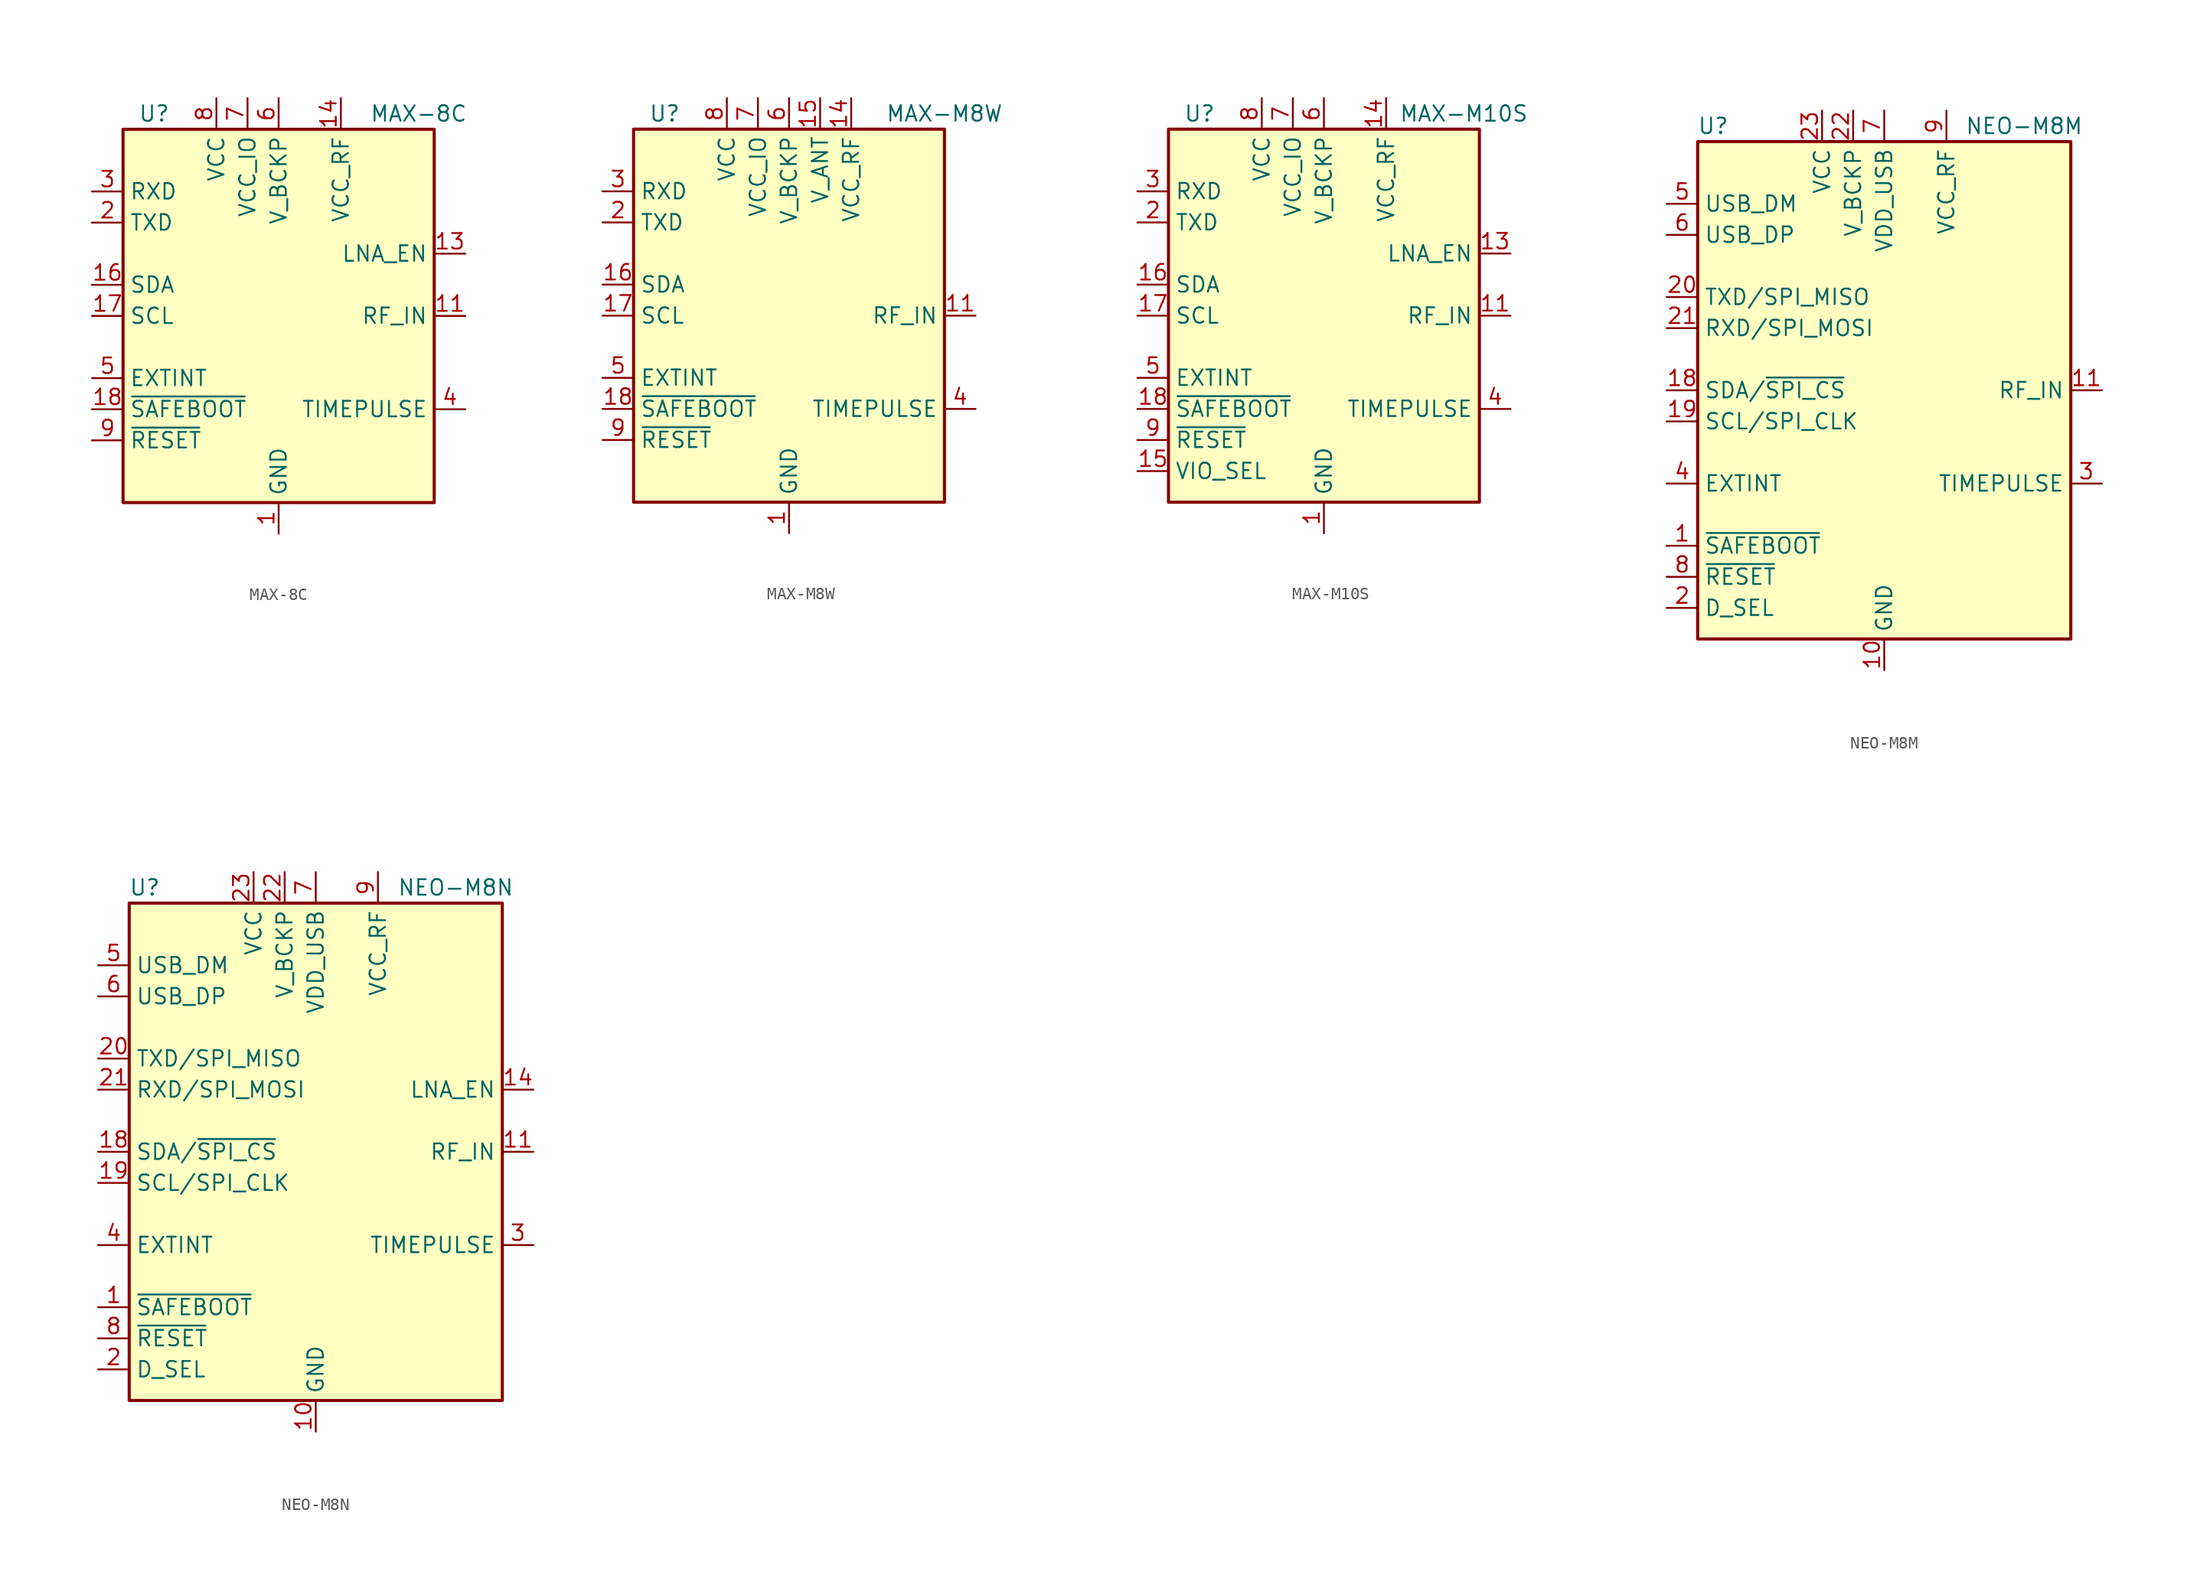
<source format=kicad_sym>
(kicad_symbol_lib
  (version 20241209)
  (generator "kicad_symbol_editor")
  (generator_version "9.0")
  (symbol "MAX-8C"
    (property "Reference" "U"
      (at -10.16 16.51 0)
      (effects (font (size 1.27 1.27))))
    (property "Value" "MAX-8C"
      (at 11.43 16.51 0)
      (effects (font (size 1.27 1.27))))
    (symbol "MAX-8C_0_1"
      (rectangle (start 12.7 15.24) (end -12.7 -15.24) (stroke (width 0.254) (type default)) (fill (type background))))
    (symbol "MAX-8C_1_1"
      (pin input line (at -15.24 10.16 0) (length 2.54) (name "RXD" (effects (font (size 1.27 1.27)))) (number "3" (effects (font (size 1.27 1.27)))))
      (pin output line (at -15.24 7.62 0) (length 2.54) (name "TXD" (effects (font (size 1.27 1.27)))) (number "2" (effects (font (size 1.27 1.27)))))
      (pin bidirectional line (at -15.24 2.54 0) (length 2.54) (name "SDA" (effects (font (size 1.27 1.27)))) (number "16" (effects (font (size 1.27 1.27)))))
      (pin input line (at -15.24 0 0) (length 2.54) (name "SCL" (effects (font (size 1.27 1.27)))) (number "17" (effects (font (size 1.27 1.27)))))
      (pin input line (at -15.24 -5.08 0) (length 2.54) (name "EXTINT" (effects (font (size 1.27 1.27)))) (number "5" (effects (font (size 1.27 1.27)))))
      (pin input line (at -15.24 -7.62 0) (length 2.54) (name "~{SAFEBOOT}" (effects (font (size 1.27 1.27)))) (number "18" (effects (font (size 1.27 1.27)))))
      (pin input line (at -15.24 -10.16 0) (length 2.54) (name "~{RESET}" (effects (font (size 1.27 1.27)))) (number "9" (effects (font (size 1.27 1.27)))))
      (pin power_in line (at -5.08 17.78 270) (length 2.54) (name "VCC" (effects (font (size 1.27 1.27)))) (number "8" (effects (font (size 1.27 1.27)))))
      (pin power_in line (at -2.54 17.78 270) (length 2.54) (name "VCC_IO" (effects (font (size 1.27 1.27)))) (number "7" (effects (font (size 1.27 1.27)))))
      (pin power_in line (at 0 17.78 270) (length 2.54) (name "V_BCKP" (effects (font (size 1.27 1.27)))) (number "6" (effects (font (size 1.27 1.27)))))
      (pin power_in line (at 0 -17.78 90) (length 2.54) (name "GND" (effects (font (size 1.27 1.27)))) (number "1" (effects (font (size 1.27 1.27)))))
      (pin passive line (at 0 -17.78 90) (length 2.54) (hide yes) (name "GND" (effects (font (size 1.27 1.27)))) (number "10" (effects (font (size 1.27 1.27)))))
      (pin passive line (at 0 -17.78 90) (length 2.54) (hide yes) (name "GND" (effects (font (size 1.27 1.27)))) (number "12" (effects (font (size 1.27 1.27)))))
      (pin power_out line (at 5.08 17.78 270) (length 2.54) (name "VCC_RF" (effects (font (size 1.27 1.27)))) (number "14" (effects (font (size 1.27 1.27)))))
      (pin no_connect line (at 12.7 -5.08 180) (length 2.54) (hide yes) (name "Reserved" (effects (font (size 1.27 1.27)))) (number "15" (effects (font (size 1.27 1.27)))))
      (pin output line (at 15.24 5.08 180) (length 2.54) (name "LNA_EN" (effects (font (size 1.27 1.27)))) (number "13" (effects (font (size 1.27 1.27)))))
      (pin input line (at 15.24 0 180) (length 2.54) (name "RF_IN" (effects (font (size 1.27 1.27)))) (number "11" (effects (font (size 1.27 1.27)))))
      (pin output line (at 15.24 -7.62 180) (length 2.54) (name "TIMEPULSE" (effects (font (size 1.27 1.27)))) (number "4" (effects (font (size 1.27 1.27)))))))
  (symbol "MAX-M8W"
    (property "Reference" "U"
      (at -10.16 16.51 0)
      (effects (font (size 1.27 1.27))))
    (property "Value" "MAX-M8W"
      (at 12.7 16.51 0)
      (effects (font (size 1.27 1.27))))
    (symbol "MAX-M8W_0_1"
      (rectangle (start 12.7 15.24) (end -12.7 -15.24) (stroke (width 0.254) (type default)) (fill (type background))))
    (symbol "MAX-M8W_1_1"
      (pin input line (at -15.24 10.16 0) (length 2.54) (name "RXD" (effects (font (size 1.27 1.27)))) (number "3" (effects (font (size 1.27 1.27)))))
      (pin output line (at -15.24 7.62 0) (length 2.54) (name "TXD" (effects (font (size 1.27 1.27)))) (number "2" (effects (font (size 1.27 1.27)))))
      (pin bidirectional line (at -15.24 2.54 0) (length 2.54) (name "SDA" (effects (font (size 1.27 1.27)))) (number "16" (effects (font (size 1.27 1.27)))))
      (pin input line (at -15.24 0 0) (length 2.54) (name "SCL" (effects (font (size 1.27 1.27)))) (number "17" (effects (font (size 1.27 1.27)))))
      (pin input line (at -15.24 -5.08 0) (length 2.54) (name "EXTINT" (effects (font (size 1.27 1.27)))) (number "5" (effects (font (size 1.27 1.27)))))
      (pin input line (at -15.24 -7.62 0) (length 2.54) (name "~{SAFEBOOT}" (effects (font (size 1.27 1.27)))) (number "18" (effects (font (size 1.27 1.27)))))
      (pin input line (at -15.24 -10.16 0) (length 2.54) (name "~{RESET}" (effects (font (size 1.27 1.27)))) (number "9" (effects (font (size 1.27 1.27)))))
      (pin power_in line (at -5.08 17.78 270) (length 2.54) (name "VCC" (effects (font (size 1.27 1.27)))) (number "8" (effects (font (size 1.27 1.27)))))
      (pin power_in line (at -2.54 17.78 270) (length 2.54) (name "VCC_IO" (effects (font (size 1.27 1.27)))) (number "7" (effects (font (size 1.27 1.27)))))
      (pin power_in line (at 0 17.78 270) (length 2.54) (name "V_BCKP" (effects (font (size 1.27 1.27)))) (number "6" (effects (font (size 1.27 1.27)))))
      (pin power_in line (at 0 -17.78 90) (length 2.54) (name "GND" (effects (font (size 1.27 1.27)))) (number "1" (effects (font (size 1.27 1.27)))))
      (pin passive line (at 0 -17.78 90) (length 2.54) (hide yes) (name "GND" (effects (font (size 1.27 1.27)))) (number "10" (effects (font (size 1.27 1.27)))))
      (pin passive line (at 0 -17.78 90) (length 2.54) (hide yes) (name "GND" (effects (font (size 1.27 1.27)))) (number "12" (effects (font (size 1.27 1.27)))))
      (pin power_in line (at 2.54 17.78 270) (length 2.54) (name "V_ANT" (effects (font (size 1.27 1.27)))) (number "15" (effects (font (size 1.27 1.27)))))
      (pin power_out line (at 5.08 17.78 270) (length 2.54) (name "VCC_RF" (effects (font (size 1.27 1.27)))) (number "14" (effects (font (size 1.27 1.27)))))
      (pin no_connect line (at 12.7 -5.08 180) (length 2.54) (hide yes) (name "Reserved" (effects (font (size 1.27 1.27)))) (number "13" (effects (font (size 1.27 1.27)))))
      (pin input line (at 15.24 0 180) (length 2.54) (name "RF_IN" (effects (font (size 1.27 1.27)))) (number "11" (effects (font (size 1.27 1.27)))))
      (pin output line (at 15.24 -7.62 180) (length 2.54) (name "TIMEPULSE" (effects (font (size 1.27 1.27)))) (number "4" (effects (font (size 1.27 1.27)))))))
  (symbol "MAX-M10S"
    (property "Reference" "U"
      (at -10.16 16.51 0)
      (effects (font (size 1.27 1.27))))
    (property "Value" "MAX-M10S"
      (at 11.43 16.51 0)
      (effects (font (size 1.27 1.27))))
    (symbol "MAX-M10S_0_1"
      (rectangle (start 12.7 15.24) (end -12.7 -15.24) (stroke (width 0.254) (type default)) (fill (type background))))
    (symbol "MAX-M10S_1_1"
      (pin input line (at -15.24 10.16 0) (length 2.54) (name "RXD" (effects (font (size 1.27 1.27)))) (number "3" (effects (font (size 1.27 1.27)))))
      (pin output line (at -15.24 7.62 0) (length 2.54) (name "TXD" (effects (font (size 1.27 1.27)))) (number "2" (effects (font (size 1.27 1.27)))))
      (pin bidirectional line (at -15.24 2.54 0) (length 2.54) (name "SDA" (effects (font (size 1.27 1.27)))) (number "16" (effects (font (size 1.27 1.27)))))
      (pin input line (at -15.24 0 0) (length 2.54) (name "SCL" (effects (font (size 1.27 1.27)))) (number "17" (effects (font (size 1.27 1.27)))))
      (pin input line (at -15.24 -5.08 0) (length 2.54) (name "EXTINT" (effects (font (size 1.27 1.27)))) (number "5" (effects (font (size 1.27 1.27)))))
      (pin input line (at -15.24 -7.62 0) (length 2.54) (name "~{SAFEBOOT}" (effects (font (size 1.27 1.27)))) (number "18" (effects (font (size 1.27 1.27)))))
      (pin input line (at -15.24 -10.16 0) (length 2.54) (name "~{RESET}" (effects (font (size 1.27 1.27)))) (number "9" (effects (font (size 1.27 1.27)))))
      (pin input line (at -15.24 -12.7 0) (length 2.54) (name "VIO_SEL" (effects (font (size 1.27 1.27)))) (number "15" (effects (font (size 1.27 1.27)))))
      (pin power_in line (at -5.08 17.78 270) (length 2.54) (name "VCC" (effects (font (size 1.27 1.27)))) (number "8" (effects (font (size 1.27 1.27)))))
      (pin power_in line (at -2.54 17.78 270) (length 2.54) (name "VCC_IO" (effects (font (size 1.27 1.27)))) (number "7" (effects (font (size 1.27 1.27)))))
      (pin power_in line (at 0 17.78 270) (length 2.54) (name "V_BCKP" (effects (font (size 1.27 1.27)))) (number "6" (effects (font (size 1.27 1.27)))))
      (pin power_in line (at 0 -17.78 90) (length 2.54) (name "GND" (effects (font (size 1.27 1.27)))) (number "1" (effects (font (size 1.27 1.27)))))
      (pin passive line (at 0 -17.78 90) (length 2.54) (hide yes) (name "GND" (effects (font (size 1.27 1.27)))) (number "10" (effects (font (size 1.27 1.27)))))
      (pin passive line (at 0 -17.78 90) (length 2.54) (hide yes) (name "GND" (effects (font (size 1.27 1.27)))) (number "12" (effects (font (size 1.27 1.27)))))
      (pin power_out line (at 5.08 17.78 270) (length 2.54) (name "VCC_RF" (effects (font (size 1.27 1.27)))) (number "14" (effects (font (size 1.27 1.27)))))
      (pin output line (at 15.24 5.08 180) (length 2.54) (name "LNA_EN" (effects (font (size 1.27 1.27)))) (number "13" (effects (font (size 1.27 1.27)))))
      (pin input line (at 15.24 0 180) (length 2.54) (name "RF_IN" (effects (font (size 1.27 1.27)))) (number "11" (effects (font (size 1.27 1.27)))))
      (pin output line (at 15.24 -7.62 180) (length 2.54) (name "TIMEPULSE" (effects (font (size 1.27 1.27)))) (number "4" (effects (font (size 1.27 1.27)))))))
  (symbol "NEO-M8M"
    (property "Reference" "U"
      (at -13.97 21.59 0)
      (effects (font (size 1.27 1.27))))
    (property "Value" "NEO-M8M"
      (at 11.43 21.59 0)
      (effects (font (size 1.27 1.27))))
    (symbol "NEO-M8M_0_1"
      (rectangle (start -15.24 20.32) (end 15.24 -20.32) (stroke (width 0.254) (type default)) (fill (type background))))
    (symbol "NEO-M8M_1_1"
      (pin bidirectional line (at -17.78 15.24 0) (length 2.54) (name "USB_DM" (effects (font (size 1.27 1.27)))) (number "5" (effects (font (size 1.27 1.27)))))
      (pin bidirectional line (at -17.78 12.7 0) (length 2.54) (name "USB_DP" (effects (font (size 1.27 1.27)))) (number "6" (effects (font (size 1.27 1.27)))))
      (pin output line (at -17.78 7.62 0) (length 2.54) (name "TXD/SPI_MISO" (effects (font (size 1.27 1.27)))) (number "20" (effects (font (size 1.27 1.27)))))
      (pin input line (at -17.78 5.08 0) (length 2.54) (name "RXD/SPI_MOSI" (effects (font (size 1.27 1.27)))) (number "21" (effects (font (size 1.27 1.27)))))
      (pin bidirectional line (at -17.78 0 0) (length 2.54) (name "SDA/~{SPI_CS}" (effects (font (size 1.27 1.27)))) (number "18" (effects (font (size 1.27 1.27)))))
      (pin input line (at -17.78 -2.54 0) (length 2.54) (name "SCL/SPI_CLK" (effects (font (size 1.27 1.27)))) (number "19" (effects (font (size 1.27 1.27)))))
      (pin input line (at -17.78 -7.62 0) (length 2.54) (name "EXTINT" (effects (font (size 1.27 1.27)))) (number "4" (effects (font (size 1.27 1.27)))))
      (pin input line (at -17.78 -12.7 0) (length 2.54) (name "~{SAFEBOOT}" (effects (font (size 1.27 1.27)))) (number "1" (effects (font (size 1.27 1.27)))))
      (pin input line (at -17.78 -15.24 0) (length 2.54) (name "~{RESET}" (effects (font (size 1.27 1.27)))) (number "8" (effects (font (size 1.27 1.27)))))
      (pin input line (at -17.78 -17.78 0) (length 2.54) (name "D_SEL" (effects (font (size 1.27 1.27)))) (number "2" (effects (font (size 1.27 1.27)))))
      (pin power_in line (at -5.08 22.86 270) (length 2.54) (name "VCC" (effects (font (size 1.27 1.27)))) (number "23" (effects (font (size 1.27 1.27)))))
      (pin power_in line (at -2.54 22.86 270) (length 2.54) (name "V_BCKP" (effects (font (size 1.27 1.27)))) (number "22" (effects (font (size 1.27 1.27)))))
      (pin power_in line (at 0 22.86 270) (length 2.54) (name "VDD_USB" (effects (font (size 1.27 1.27)))) (number "7" (effects (font (size 1.27 1.27)))))
      (pin power_in line (at 0 -22.86 90) (length 2.54) (name "GND" (effects (font (size 1.27 1.27)))) (number "10" (effects (font (size 1.27 1.27)))))
      (pin passive line (at 0 -22.86 90) (length 2.54) (hide yes) (name "GND" (effects (font (size 1.27 1.27)))) (number "12" (effects (font (size 1.27 1.27)))))
      (pin passive line (at 0 -22.86 90) (length 2.54) (hide yes) (name "GND" (effects (font (size 1.27 1.27)))) (number "13" (effects (font (size 1.27 1.27)))))
      (pin passive line (at 0 -22.86 90) (length 2.54) (hide yes) (name "GND" (effects (font (size 1.27 1.27)))) (number "24" (effects (font (size 1.27 1.27)))))
      (pin power_out line (at 5.08 22.86 270) (length 2.54) (name "VCC_RF" (effects (font (size 1.27 1.27)))) (number "9" (effects (font (size 1.27 1.27)))))
      (pin no_connect line (at 15.24 -10.16 180) (length 2.54) (hide yes) (name "RESERVED" (effects (font (size 1.27 1.27)))) (number "14" (effects (font (size 1.27 1.27)))))
      (pin no_connect line (at 15.24 -12.7 180) (length 2.54) (hide yes) (name "RESERVED" (effects (font (size 1.27 1.27)))) (number "15" (effects (font (size 1.27 1.27)))))
      (pin no_connect line (at 15.24 -15.24 180) (length 2.54) (hide yes) (name "RESERVED" (effects (font (size 1.27 1.27)))) (number "16" (effects (font (size 1.27 1.27)))))
      (pin no_connect line (at 15.24 -17.78 180) (length 2.54) (hide yes) (name "RESERVED" (effects (font (size 1.27 1.27)))) (number "17" (effects (font (size 1.27 1.27)))))
      (pin input line (at 17.78 0 180) (length 2.54) (name "RF_IN" (effects (font (size 1.27 1.27)))) (number "11" (effects (font (size 1.27 1.27)))))
      (pin output line (at 17.78 -7.62 180) (length 2.54) (name "TIMEPULSE" (effects (font (size 1.27 1.27)))) (number "3" (effects (font (size 1.27 1.27)))))))
  (symbol "NEO-M8N"
    (property "Reference" "U"
      (at -13.97 21.59 0)
      (effects (font (size 1.27 1.27))))
    (property "Value" "NEO-M8N"
      (at 11.43 21.59 0)
      (effects (font (size 1.27 1.27))))
    (symbol "NEO-M8N_0_1"
      (rectangle (start -15.24 20.32) (end 15.24 -20.32) (stroke (width 0.254) (type default)) (fill (type background))))
    (symbol "NEO-M8N_1_1"
      (pin bidirectional line (at -17.78 15.24 0) (length 2.54) (name "USB_DM" (effects (font (size 1.27 1.27)))) (number "5" (effects (font (size 1.27 1.27)))))
      (pin bidirectional line (at -17.78 12.7 0) (length 2.54) (name "USB_DP" (effects (font (size 1.27 1.27)))) (number "6" (effects (font (size 1.27 1.27)))))
      (pin output line (at -17.78 7.62 0) (length 2.54) (name "TXD/SPI_MISO" (effects (font (size 1.27 1.27)))) (number "20" (effects (font (size 1.27 1.27)))))
      (pin input line (at -17.78 5.08 0) (length 2.54) (name "RXD/SPI_MOSI" (effects (font (size 1.27 1.27)))) (number "21" (effects (font (size 1.27 1.27)))))
      (pin bidirectional line (at -17.78 0 0) (length 2.54) (name "SDA/~{SPI_CS}" (effects (font (size 1.27 1.27)))) (number "18" (effects (font (size 1.27 1.27)))))
      (pin input line (at -17.78 -2.54 0) (length 2.54) (name "SCL/SPI_CLK" (effects (font (size 1.27 1.27)))) (number "19" (effects (font (size 1.27 1.27)))))
      (pin input line (at -17.78 -7.62 0) (length 2.54) (name "EXTINT" (effects (font (size 1.27 1.27)))) (number "4" (effects (font (size 1.27 1.27)))))
      (pin input line (at -17.78 -12.7 0) (length 2.54) (name "~{SAFEBOOT}" (effects (font (size 1.27 1.27)))) (number "1" (effects (font (size 1.27 1.27)))))
      (pin input line (at -17.78 -15.24 0) (length 2.54) (name "~{RESET}" (effects (font (size 1.27 1.27)))) (number "8" (effects (font (size 1.27 1.27)))))
      (pin input line (at -17.78 -17.78 0) (length 2.54) (name "D_SEL" (effects (font (size 1.27 1.27)))) (number "2" (effects (font (size 1.27 1.27)))))
      (pin power_in line (at -5.08 22.86 270) (length 2.54) (name "VCC" (effects (font (size 1.27 1.27)))) (number "23" (effects (font (size 1.27 1.27)))))
      (pin power_in line (at -2.54 22.86 270) (length 2.54) (name "V_BCKP" (effects (font (size 1.27 1.27)))) (number "22" (effects (font (size 1.27 1.27)))))
      (pin power_in line (at 0 22.86 270) (length 2.54) (name "VDD_USB" (effects (font (size 1.27 1.27)))) (number "7" (effects (font (size 1.27 1.27)))))
      (pin power_in line (at 0 -22.86 90) (length 2.54) (name "GND" (effects (font (size 1.27 1.27)))) (number "10" (effects (font (size 1.27 1.27)))))
      (pin passive line (at 0 -22.86 90) (length 2.54) (hide yes) (name "GND" (effects (font (size 1.27 1.27)))) (number "12" (effects (font (size 1.27 1.27)))))
      (pin passive line (at 0 -22.86 90) (length 2.54) (hide yes) (name "GND" (effects (font (size 1.27 1.27)))) (number "13" (effects (font (size 1.27 1.27)))))
      (pin passive line (at 0 -22.86 90) (length 2.54) (hide yes) (name "GND" (effects (font (size 1.27 1.27)))) (number "24" (effects (font (size 1.27 1.27)))))
      (pin power_out line (at 5.08 22.86 270) (length 2.54) (name "VCC_RF" (effects (font (size 1.27 1.27)))) (number "9" (effects (font (size 1.27 1.27)))))
      (pin no_connect line (at 15.24 -10.16 180) (length 2.54) (hide yes) (name "RESERVED" (effects (font (size 1.27 1.27)))) (number "15" (effects (font (size 1.27 1.27)))))
      (pin no_connect line (at 15.24 -12.7 180) (length 2.54) (hide yes) (name "RESERVED" (effects (font (size 1.27 1.27)))) (number "16" (effects (font (size 1.27 1.27)))))
      (pin no_connect line (at 15.24 -15.24 180) (length 2.54) (hide yes) (name "RESERVED" (effects (font (size 1.27 1.27)))) (number "17" (effects (font (size 1.27 1.27)))))
      (pin output line (at 17.78 5.08 180) (length 2.54) (name "LNA_EN" (effects (font (size 1.27 1.27)))) (number "14" (effects (font (size 1.27 1.27)))))
      (pin input line (at 17.78 0 180) (length 2.54) (name "RF_IN" (effects (font (size 1.27 1.27)))) (number "11" (effects (font (size 1.27 1.27)))))
      (pin output line (at 17.78 -7.62 180) (length 2.54) (name "TIMEPULSE" (effects (font (size 1.27 1.27)))) (number "3" (effects (font (size 1.27 1.27))))))))
</source>
